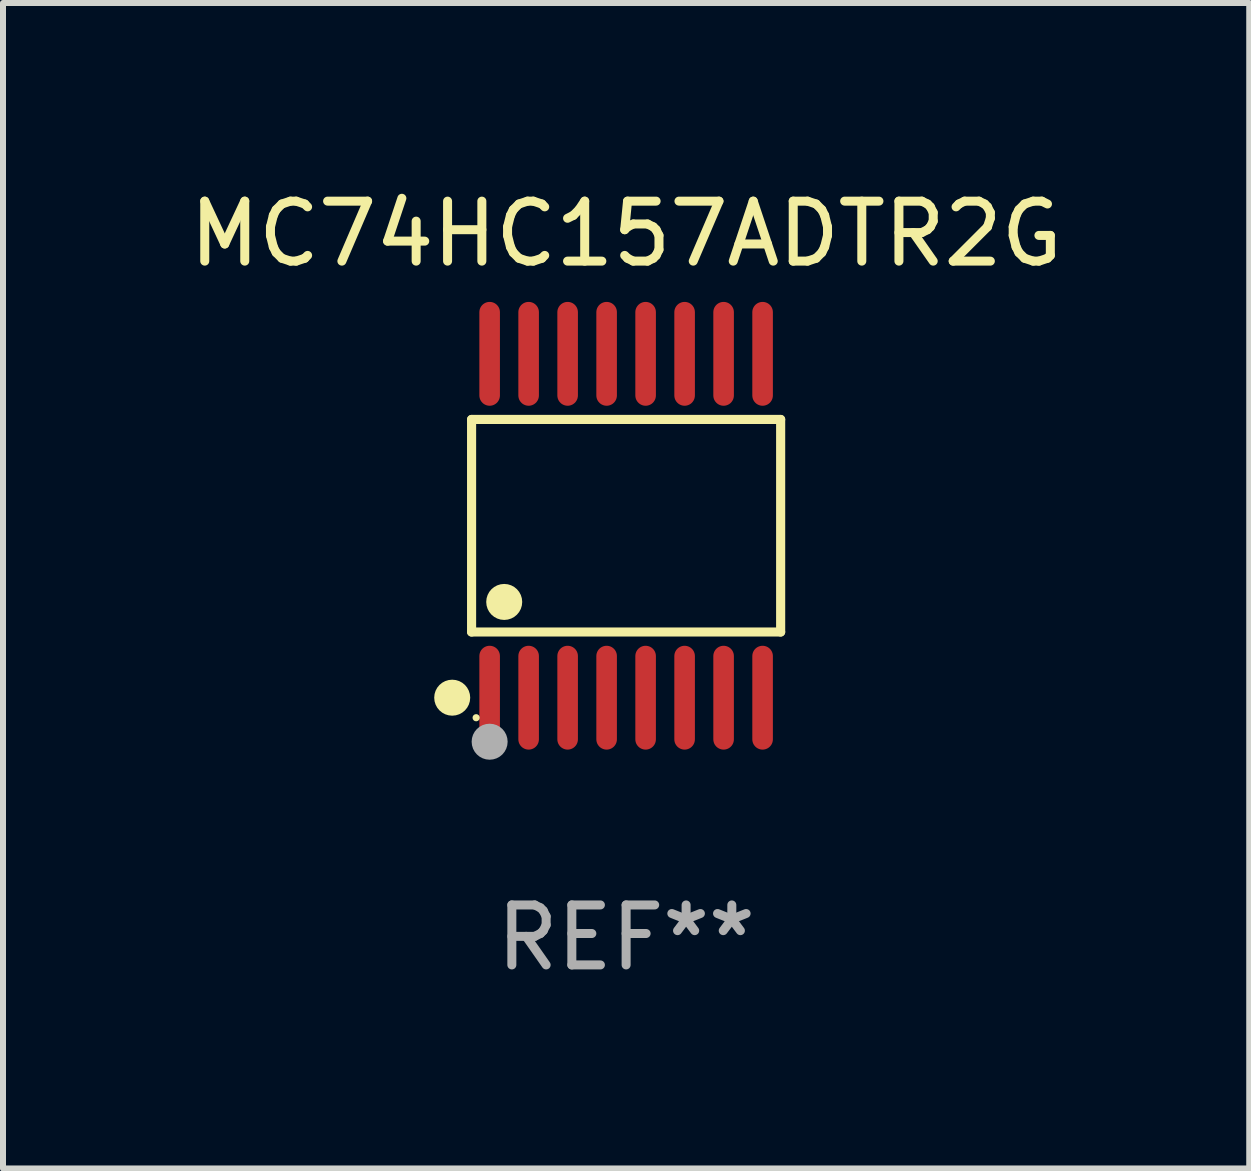
<source format=kicad_pcb>
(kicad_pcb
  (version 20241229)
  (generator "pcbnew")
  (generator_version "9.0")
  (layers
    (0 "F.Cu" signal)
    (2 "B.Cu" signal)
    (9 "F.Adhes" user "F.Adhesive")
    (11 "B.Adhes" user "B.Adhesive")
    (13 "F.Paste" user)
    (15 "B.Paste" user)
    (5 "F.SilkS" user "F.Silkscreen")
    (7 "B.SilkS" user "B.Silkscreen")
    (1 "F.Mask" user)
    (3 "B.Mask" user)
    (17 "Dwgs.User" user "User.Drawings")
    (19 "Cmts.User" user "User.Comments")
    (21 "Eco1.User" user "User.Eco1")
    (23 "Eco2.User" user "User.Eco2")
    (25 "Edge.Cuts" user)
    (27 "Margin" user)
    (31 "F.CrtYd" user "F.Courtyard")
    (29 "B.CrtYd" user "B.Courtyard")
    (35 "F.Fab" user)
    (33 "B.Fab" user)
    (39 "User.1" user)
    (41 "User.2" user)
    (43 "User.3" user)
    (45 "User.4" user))
  (footprint "MC74HC157ADTR2G"
    (layer "F.Cu")
    (at 7.387 5.714)
    (property "Reference" "MC74HC157ADTR2G" (at 0 -4.866 0) (layer "F.SilkS") (effects (font (size 1 1) (thickness 0.15))))
    (attr through_hole)
    (fp_line (start -2.576 -1.772) (end 2.576 -1.772) (stroke (width 0.152) (type solid)) (layer "F.SilkS"))
    (fp_line (start -2.576 1.771) (end -2.576 -1.772) (stroke (width 0.152) (type solid)) (layer "F.SilkS"))
    (fp_line (start 2.576 -1.772) (end 2.576 1.771) (stroke (width 0.152) (type solid)) (layer "F.SilkS"))
    (fp_line (start 2.576 1.771) (end -2.576 1.771) (stroke (width 0.152) (type solid)) (layer "F.SilkS"))
    (fp_circle (center -2.899 2.866) (end -2.749 2.866) (stroke (width 0.3) (type solid)) (fill no) (layer "F.SilkS"))
    (fp_circle (center -2.5 3.2) (end -2.47 3.2) (stroke (width 0.06) (type solid)) (fill no) (layer "F.SilkS"))
    (fp_circle (center -2.032 1.27) (end -1.882 1.27) (stroke (width 0.3) (type solid)) (fill no) (layer "F.SilkS"))
    (fp_circle (center -2.275 3.6) (end -2.125 3.6) (stroke (width 0.3) (type solid)) (fill no) (layer "F.Fab"))
    (fp_text user "REF**" (at 0 6.866 0) (layer "F.Fab") (effects (font (size 1 1) (thickness 0.15))))
    (pad "1" smd oval (at -2.275 2.866) (size 0.343 1.731) (layers "F.Cu" "F.Mask" "F.Paste"))
    (pad "2" smd oval (at -1.625 2.866) (size 0.343 1.731) (layers "F.Cu" "F.Mask" "F.Paste"))
    (pad "3" smd oval (at -0.975 2.866) (size 0.343 1.731) (layers "F.Cu" "F.Mask" "F.Paste"))
    (pad "4" smd oval (at -0.325 2.866) (size 0.343 1.731) (layers "F.Cu" "F.Mask" "F.Paste"))
    (pad "5" smd oval (at 0.325 2.866) (size 0.343 1.731) (layers "F.Cu" "F.Mask" "F.Paste"))
    (pad "6" smd oval (at 0.975 2.866) (size 0.343 1.731) (layers "F.Cu" "F.Mask" "F.Paste"))
    (pad "7" smd oval (at 1.625 2.866) (size 0.343 1.731) (layers "F.Cu" "F.Mask" "F.Paste"))
    (pad "8" smd oval (at 2.275 2.866) (size 0.343 1.731) (layers "F.Cu" "F.Mask" "F.Paste"))
    (pad "9" smd oval (at 2.275 -2.866) (size 0.343 1.731) (layers "F.Cu" "F.Mask" "F.Paste"))
    (pad "10" smd oval (at 1.625 -2.866) (size 0.343 1.731) (layers "F.Cu" "F.Mask" "F.Paste"))
    (pad "11" smd oval (at 0.975 -2.866) (size 0.343 1.731) (layers "F.Cu" "F.Mask" "F.Paste"))
    (pad "12" smd oval (at 0.325 -2.866) (size 0.343 1.731) (layers "F.Cu" "F.Mask" "F.Paste"))
    (pad "13" smd oval (at -0.325 -2.866) (size 0.343 1.731) (layers "F.Cu" "F.Mask" "F.Paste"))
    (pad "14" smd oval (at -0.975 -2.866) (size 0.343 1.731) (layers "F.Cu" "F.Mask" "F.Paste"))
    (pad "15" smd oval (at -1.625 -2.866) (size 0.343 1.731) (layers "F.Cu" "F.Mask" "F.Paste"))
    (pad "16" smd oval (at -2.275 -2.866) (size 0.343 1.731) (layers "F.Cu" "F.Mask" "F.Paste")))
  (gr_rect
    (start -3 -3)
    (end 17.774 16.428)
    (stroke (width 0.1) (type default))
    (fill no)
    (layer "Edge.Cuts")))
</source>
